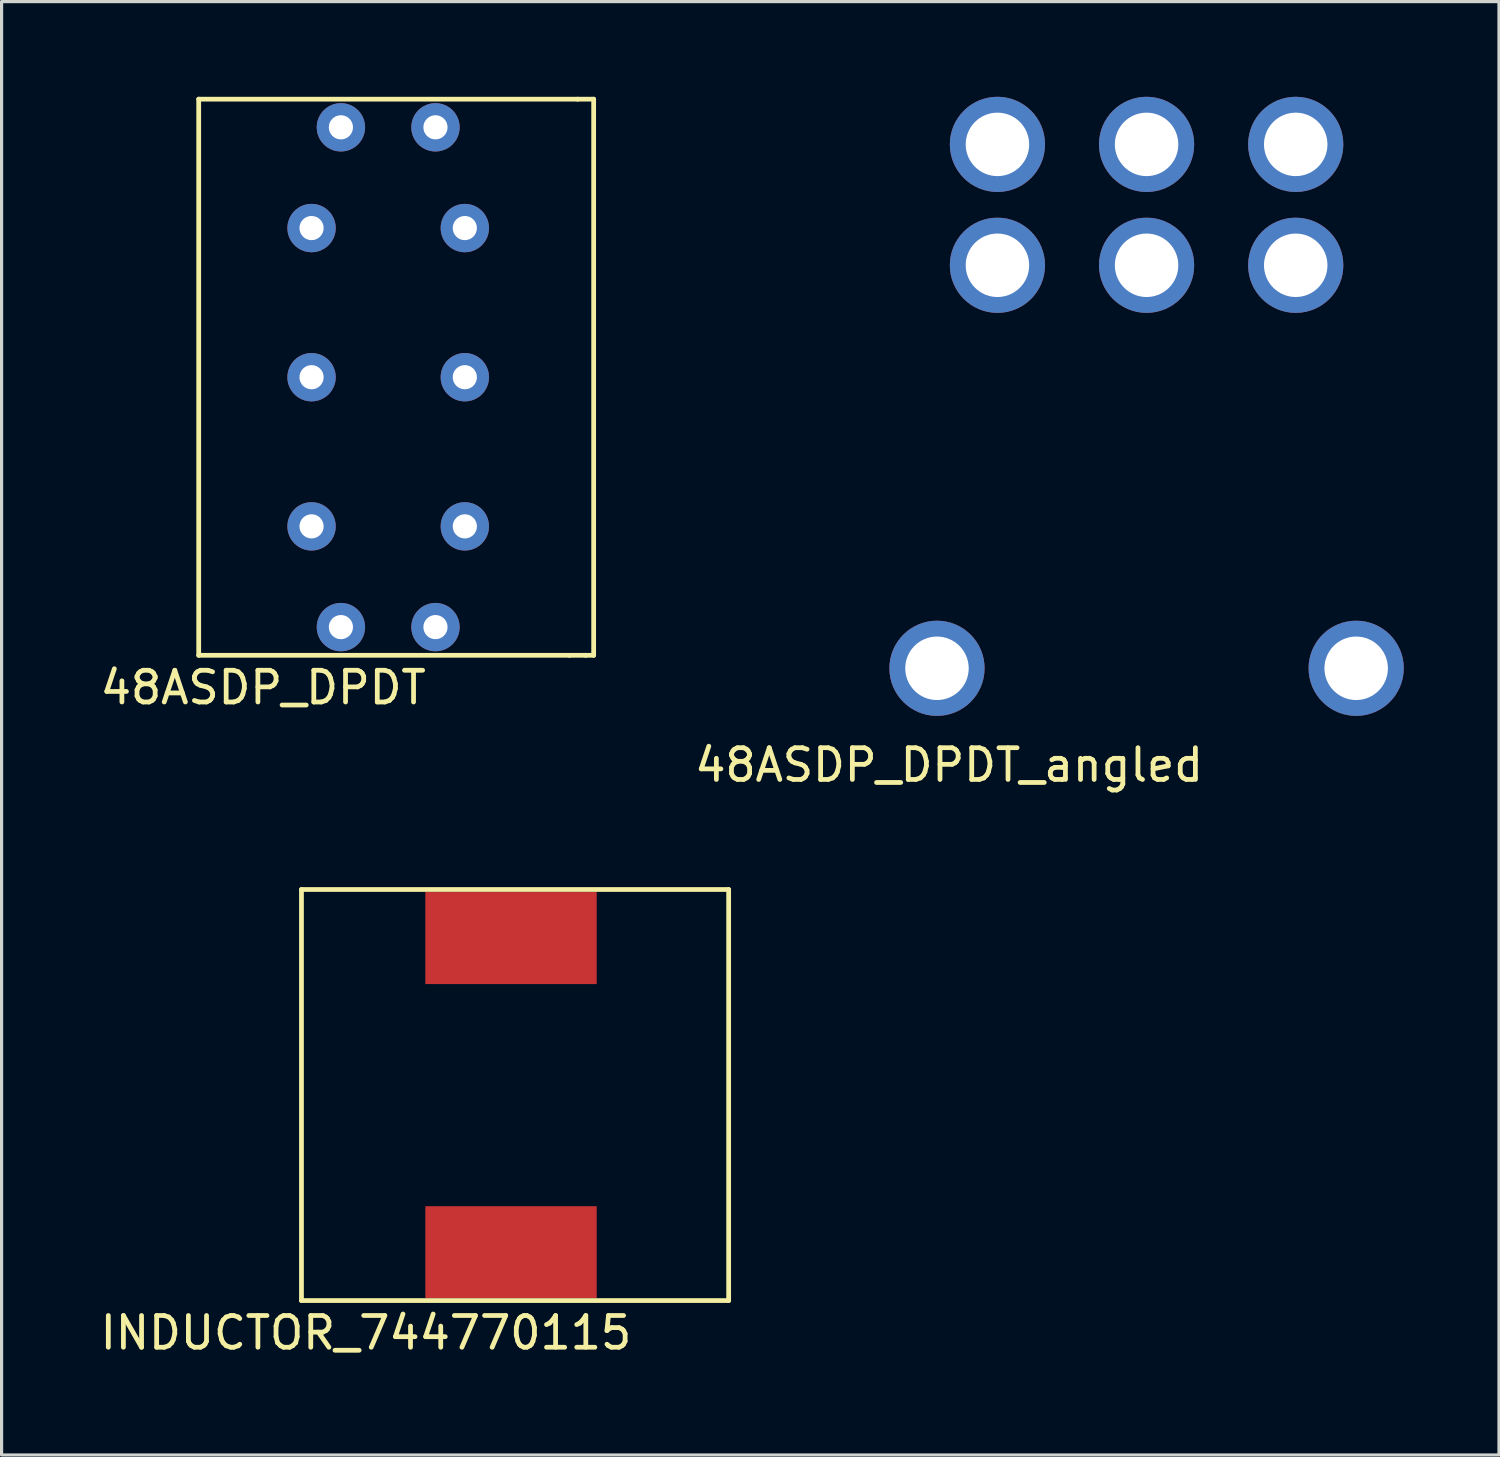
<source format=kicad_pcb>
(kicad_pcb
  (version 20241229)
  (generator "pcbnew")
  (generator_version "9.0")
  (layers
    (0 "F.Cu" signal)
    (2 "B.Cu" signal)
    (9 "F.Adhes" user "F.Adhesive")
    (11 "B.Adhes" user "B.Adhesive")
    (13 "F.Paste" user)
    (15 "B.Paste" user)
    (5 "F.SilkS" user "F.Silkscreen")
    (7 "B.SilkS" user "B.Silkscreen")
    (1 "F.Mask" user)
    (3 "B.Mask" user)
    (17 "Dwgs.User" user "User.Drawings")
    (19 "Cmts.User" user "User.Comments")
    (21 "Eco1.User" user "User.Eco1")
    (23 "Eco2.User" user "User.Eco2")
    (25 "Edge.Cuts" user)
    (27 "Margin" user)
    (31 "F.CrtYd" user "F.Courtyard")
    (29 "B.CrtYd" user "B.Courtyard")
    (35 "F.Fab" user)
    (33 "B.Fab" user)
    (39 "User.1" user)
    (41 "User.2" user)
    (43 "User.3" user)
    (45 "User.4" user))
  (footprint "48ASDP_DPDT_angled"
    (layer "F.Cu")
    (at 28.382 5.31)
    (property "Reference" "48ASDP_DPDT_angled" (at -1.524 15.748 0) (layer "F.SilkS") (effects (font (size 1 1) (thickness 0.15))))
    (attr through_hole)
    (pad "" thru_hole circle (at -1.905 12.7) (size 3 3) (drill 2) (layers "*.Cu" "*.Mask"))
    (pad "" thru_hole circle (at 11.305 12.7) (size 3 3) (drill 2) (layers "*.Cu" "*.Mask"))
    (pad "1" thru_hole circle (at 0 0) (size 3 3) (drill 2) (layers "*.Cu" "*.Mask"))
    (pad "2" thru_hole circle (at 4.7 0) (size 3 3) (drill 2) (layers "*.Cu" "*.Mask"))
    (pad "3" thru_hole circle (at 9.4 0) (size 3 3) (drill 2) (layers "*.Cu" "*.Mask"))
    (pad "4" thru_hole circle (at 0 -3.81) (size 3 3) (drill 2) (layers "*.Cu" "*.Mask"))
    (pad "5" thru_hole circle (at 4.7 -3.81) (size 3 3) (drill 2) (layers "*.Cu" "*.Mask"))
    (pad "6" thru_hole circle (at 9.4 -3.81) (size 3 3) (drill 2) (layers "*.Cu" "*.Mask")))
  (footprint "INDUCTOR_744770115"
    (layer "F.Cu")
    (at 13.054 36.411)
    (property "Reference" "INDUCTOR_744770115" (at -4.572 2.54 0) (layer "F.SilkS") (effects (font (size 1 1) (thickness 0.15))))
    (attr through_hole)
    (fp_line (start -6.604 -11.43) (end 6.858 -11.43) (stroke (width 0.15) (type solid)) (layer "F.SilkS"))
    (fp_line (start -6.604 1.524) (end -6.604 -11.43) (stroke (width 0.15) (type solid)) (layer "F.SilkS"))
    (fp_line (start -6.604 1.524) (end 6.858 1.524) (stroke (width 0.15) (type solid)) (layer "F.SilkS"))
    (fp_line (start 6.858 -11.43) (end 6.858 1.524) (stroke (width 0.15) (type solid)) (layer "F.SilkS"))
    (pad "1" smd rect (at 0 0) (size 5.4 2.9) (layers "F.Cu" "F.Mask" "F.Paste"))
    (pad "2" smd rect (at 0 -9.9) (size 5.4 2.9) (layers "F.Cu" "F.Mask" "F.Paste")))
  (footprint "48ASDP_DPDT"
    (layer "F.Cu")
    (at 9.054 8.965)
    (property "Reference" "48ASDP_DPDT" (at -3.81 9.652 0) (layer "F.SilkS") (effects (font (size 1 1) (thickness 0.15))))
    (attr through_hole)
    (fp_line (start -5.842 -8.89) (end -5.842 8.636) (stroke (width 0.15) (type solid)) (layer "F.SilkS"))
    (fp_line (start -5.842 -8.89) (end 6.096 -8.89) (stroke (width 0.15) (type solid)) (layer "F.SilkS"))
    (fp_line (start -5.842 8.636) (end 5.842 8.636) (stroke (width 0.15) (type solid)) (layer "F.SilkS"))
    (fp_line (start 5.842 8.636) (end 6.35 8.636) (stroke (width 0.15) (type solid)) (layer "F.SilkS"))
    (fp_line (start 6.096 -8.89) (end 6.604 -8.89) (stroke (width 0.15) (type solid)) (layer "F.SilkS"))
    (fp_line (start 6.604 -8.89) (end 6.604 8.636) (stroke (width 0.15) (type solid)) (layer "F.SilkS"))
    (fp_line (start 6.604 8.636) (end 6.35 8.636) (stroke (width 0.15) (type solid)) (layer "F.SilkS"))
    (pad "" thru_hole circle (at -1.361 -8.003) (size 1.524 1.524) (drill 0.762) (layers "*.Cu" "*.Mask"))
    (pad "" thru_hole circle (at -1.361 7.747) (size 1.524 1.524) (drill 0.762) (layers "*.Cu" "*.Mask"))
    (pad "" thru_hole circle (at 1.619 -8.003) (size 1.524 1.524) (drill 0.762) (layers "*.Cu" "*.Mask"))
    (pad "" thru_hole circle (at 1.619 7.747) (size 1.524 1.524) (drill 0.762) (layers "*.Cu" "*.Mask"))
    (pad "1" thru_hole circle (at -2.286 4.572) (size 1.524 1.524) (drill 0.762) (layers "*.Cu" "*.Mask"))
    (pad "2" thru_hole circle (at -2.286 -0.128) (size 1.524 1.524) (drill 0.762) (layers "*.Cu" "*.Mask"))
    (pad "3" thru_hole circle (at -2.286 -4.828) (size 1.524 1.524) (drill 0.762) (layers "*.Cu" "*.Mask"))
    (pad "4" thru_hole circle (at 2.544 4.572) (size 1.524 1.524) (drill 0.762) (layers "*.Cu" "*.Mask"))
    (pad "5" thru_hole circle (at 2.544 -0.128) (size 1.524 1.524) (drill 0.762) (layers "*.Cu" "*.Mask"))
    (pad "6" thru_hole circle (at 2.544 -4.828) (size 1.524 1.524) (drill 0.762) (layers "*.Cu" "*.Mask")))
  (gr_rect
    (start -3 -3)
    (end 44.187 42.8)
    (stroke (width 0.1) (type default))
    (fill no)
    (layer "Edge.Cuts")))
</source>
